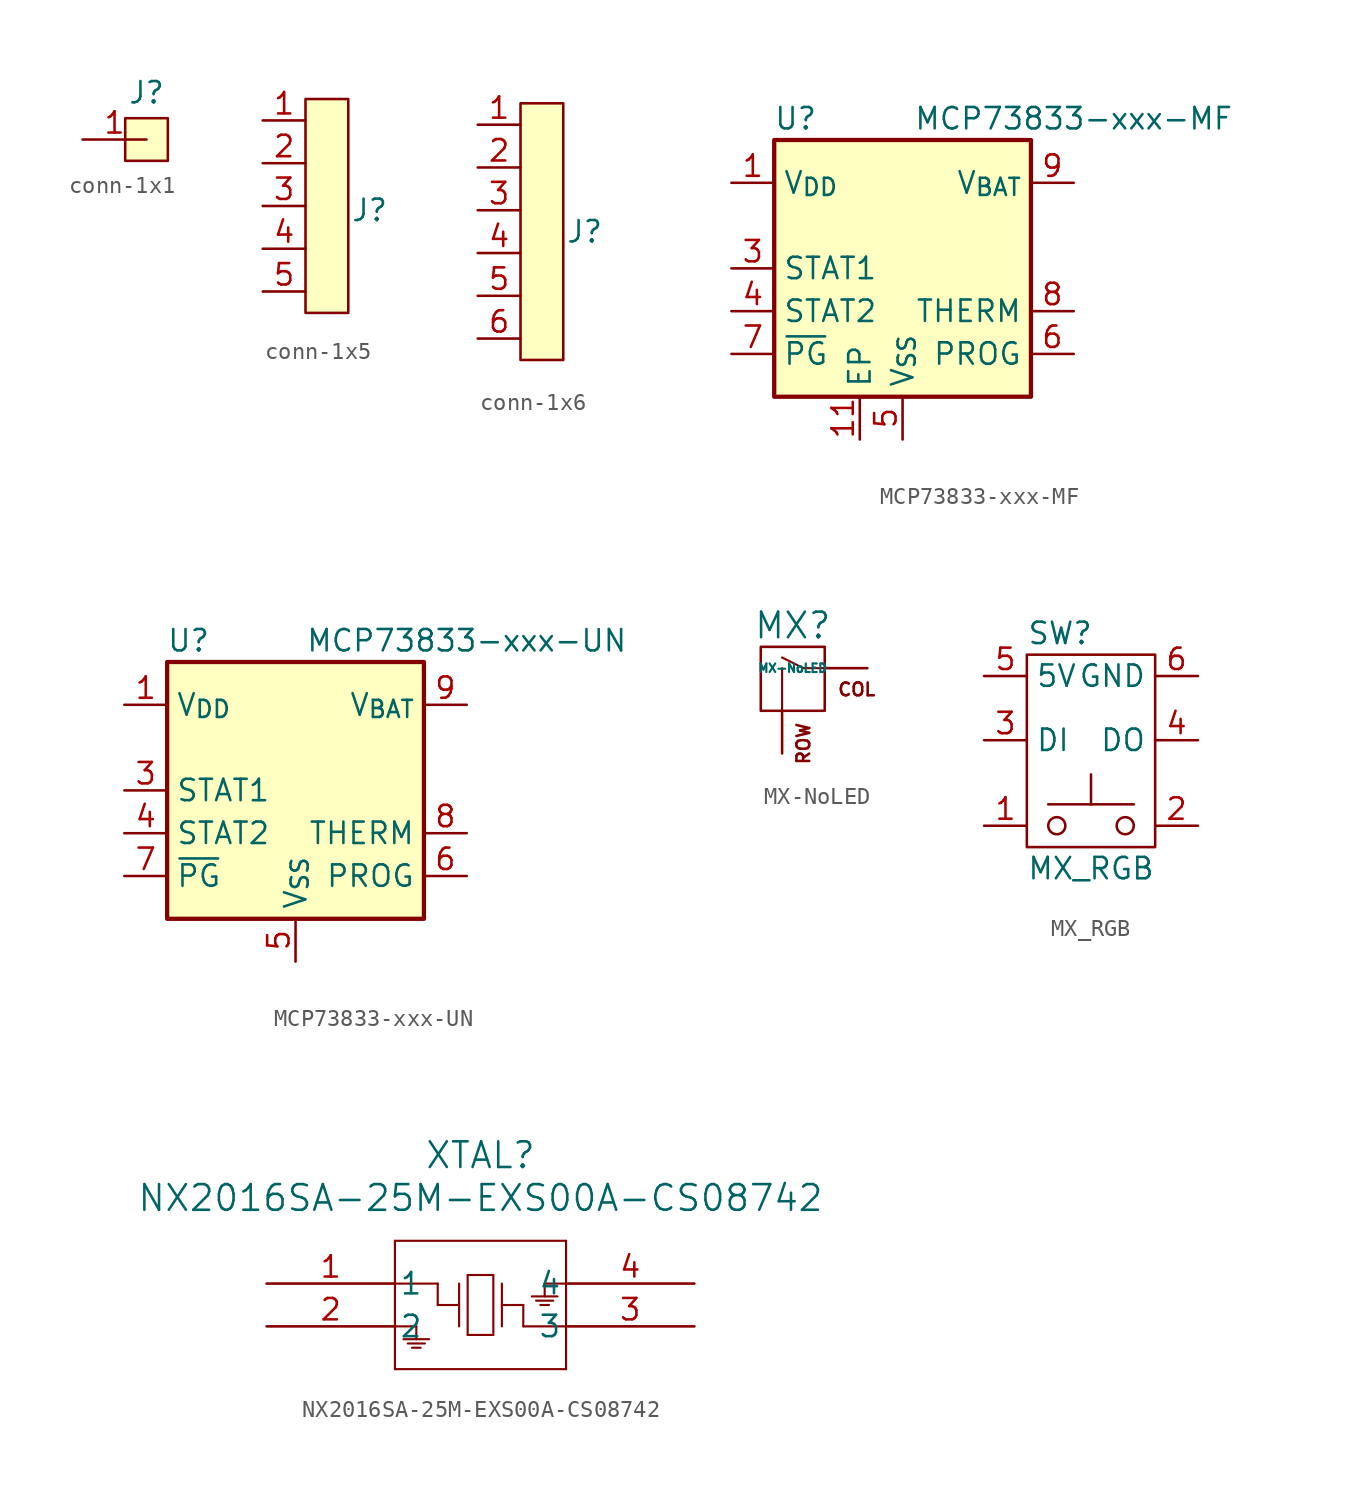
<source format=kicad_sym>
(kicad_symbol_lib
  (version 20231120)
  (generator "kicad_symbol_editor")
  (generator_version "8.0")
  (symbol "conn-1x1"
    (property "Reference" "J"
      (at 0 2.794 0)
      (effects (font (size 1.27 1.27))))
    (property "Value" ""
      (at 0 2.54 0)
      (effects (font (size 1.27 1.27))))
    (symbol "conn-1x1_1_1"
      (rectangle (start -1.27 1.27) (end 1.27 -1.27) (stroke (width 0) (type default)) (fill (type color) (color 255 255 194 1)))
      (pin passive line (at -3.81 0 0) (length 3.81) (name "" (effects (font (size 1.27 1.27)))) (number "1" (effects (font (size 1.27 1.27)))))))
  (symbol "conn-1x5"
    (property "Reference" "J"
      (at 2.54 -0.254 0)
      (effects (font (size 1.27 1.27))))
    (property "Value" ""
      (at 0 0 0)
      (effects (font (size 1.27 1.27))))
    (symbol "conn-1x5_1_1"
      (rectangle (start -1.27 6.35) (end 1.27 -6.35) (stroke (width 0) (type default)) (fill (type background)))
      (pin unspecified line (at -3.81 5.08 0) (length 2.54) (name "" (effects (font (size 1.27 1.27)))) (number "1" (effects (font (size 1.27 1.27)))))
      (pin unspecified line (at -3.81 2.54 0) (length 2.54) (name "" (effects (font (size 1.27 1.27)))) (number "2" (effects (font (size 1.27 1.27)))))
      (pin unspecified line (at -3.81 0 0) (length 2.54) (name "" (effects (font (size 1.27 1.27)))) (number "3" (effects (font (size 1.27 1.27)))))
      (pin unspecified line (at -3.81 -2.54 0) (length 2.54) (name "" (effects (font (size 1.27 1.27)))) (number "4" (effects (font (size 1.27 1.27)))))
      (pin unspecified line (at -3.81 -5.08 0) (length 2.54) (name "" (effects (font (size 1.27 1.27)))) (number "5" (effects (font (size 1.27 1.27)))))))
  (symbol "conn-1x6"
    (property "Reference" "J"
      (at 2.54 0 0)
      (effects (font (size 1.27 1.27))))
    (property "Value" ""
      (at 0 1.27 0)
      (effects (font (size 1.27 1.27))))
    (symbol "conn-1x6_1_1"
      (rectangle (start -1.27 7.62) (end 1.27 -7.62) (stroke (width 0) (type default)) (fill (type background)))
      (pin unspecified line (at -3.81 6.35 0) (length 2.54) (name "" (effects (font (size 1.27 1.27)))) (number "1" (effects (font (size 1.27 1.27)))))
      (pin unspecified line (at -3.81 3.81 0) (length 2.54) (name "" (effects (font (size 1.27 1.27)))) (number "2" (effects (font (size 1.27 1.27)))))
      (pin unspecified line (at -3.81 1.27 0) (length 2.54) (name "" (effects (font (size 1.27 1.27)))) (number "3" (effects (font (size 1.27 1.27)))))
      (pin unspecified line (at -3.81 -1.27 0) (length 2.54) (name "" (effects (font (size 1.27 1.27)))) (number "4" (effects (font (size 1.27 1.27)))))
      (pin unspecified line (at -3.81 -3.81 0) (length 2.54) (name "" (effects (font (size 1.27 1.27)))) (number "5" (effects (font (size 1.27 1.27)))))
      (pin unspecified line (at -3.81 -6.35 0) (length 2.54) (name "" (effects (font (size 1.27 1.27)))) (number "6" (effects (font (size 1.27 1.27)))))))
  (symbol "MCP73833-xxx-MF"
    (property "Reference" "U"
      (at -6.35 8.89 0)
      (effects (font (size 1.27 1.27))))
    (property "Value" "MCP73833-xxx-MF"
      (at 10.16 8.89 0)
      (effects (font (size 1.27 1.27))))
    (symbol "MCP73833-xxx-MF_1_1"
      (rectangle (start -7.62 7.62) (end 7.62 -7.62) (stroke (width 0.254) (type default)) (fill (type background)))
      (pin power_in line (at -10.16 5.08 0) (length 2.54) (name "V_{DD}" (effects (font (size 1.27 1.27)))) (number "1" (effects (font (size 1.27 1.27)))))
      (pin passive line (at 10.16 5.08 180) (length 2.54) hide (name "V_{BAT}" (effects (font (size 1.27 1.27)))) (number "10" (effects (font (size 1.27 1.27)))))
      (pin power_in line (at -2.54 -10.16 90) (length 2.54) (name "EP" (effects (font (size 1.27 1.27)))) (number "11" (effects (font (size 1.27 1.27)))))
      (pin passive line (at -10.16 5.08 0) (length 2.54) hide (name "V_{DD}" (effects (font (size 1.27 1.27)))) (number "2" (effects (font (size 1.27 1.27)))))
      (pin open_collector line (at -10.16 0 0) (length 2.54) (name "STAT1" (effects (font (size 1.27 1.27)))) (number "3" (effects (font (size 1.27 1.27)))))
      (pin open_collector line (at -10.16 -2.54 0) (length 2.54) (name "STAT2" (effects (font (size 1.27 1.27)))) (number "4" (effects (font (size 1.27 1.27)))))
      (pin power_in line (at 0 -10.16 90) (length 2.54) (name "V_{SS}" (effects (font (size 1.27 1.27)))) (number "5" (effects (font (size 1.27 1.27)))))
      (pin input line (at 10.16 -5.08 180) (length 2.54) (name "PROG" (effects (font (size 1.27 1.27)))) (number "6" (effects (font (size 1.27 1.27)))))
      (pin open_collector line (at -10.16 -5.08 0) (length 2.54) (name "~{PG}" (effects (font (size 1.27 1.27)))) (number "7" (effects (font (size 1.27 1.27)))))
      (pin passive line (at 10.16 -2.54 180) (length 2.54) (name "THERM" (effects (font (size 1.27 1.27)))) (number "8" (effects (font (size 1.27 1.27)))))
      (pin power_out line (at 10.16 5.08 180) (length 2.54) (name "V_{BAT}" (effects (font (size 1.27 1.27)))) (number "9" (effects (font (size 1.27 1.27)))))))
  (symbol "MCP73833-xxx-UN"
    (property "Reference" "U"
      (at -6.35 8.89 0)
      (effects (font (size 1.27 1.27))))
    (property "Value" "MCP73833-xxx-UN"
      (at 10.16 8.89 0)
      (effects (font (size 1.27 1.27))))
    (symbol "MCP73833-xxx-UN_1_1"
      (rectangle (start -7.62 7.62) (end 7.62 -7.62) (stroke (width 0.254) (type default)) (fill (type background)))
      (pin power_in line (at -10.16 5.08 0) (length 2.54) (name "V_{DD}" (effects (font (size 1.27 1.27)))) (number "1" (effects (font (size 1.27 1.27)))))
      (pin passive line (at 10.16 5.08 180) (length 2.54) hide (name "V_{BAT}" (effects (font (size 1.27 1.27)))) (number "10" (effects (font (size 1.27 1.27)))))
      (pin passive line (at -10.16 5.08 0) (length 2.54) hide (name "V_{DD}" (effects (font (size 1.27 1.27)))) (number "2" (effects (font (size 1.27 1.27)))))
      (pin open_collector line (at -10.16 0 0) (length 2.54) (name "STAT1" (effects (font (size 1.27 1.27)))) (number "3" (effects (font (size 1.27 1.27)))))
      (pin open_collector line (at -10.16 -2.54 0) (length 2.54) (name "STAT2" (effects (font (size 1.27 1.27)))) (number "4" (effects (font (size 1.27 1.27)))))
      (pin power_in line (at 0 -10.16 90) (length 2.54) (name "V_{SS}" (effects (font (size 1.27 1.27)))) (number "5" (effects (font (size 1.27 1.27)))))
      (pin input line (at 10.16 -5.08 180) (length 2.54) (name "PROG" (effects (font (size 1.27 1.27)))) (number "6" (effects (font (size 1.27 1.27)))))
      (pin open_collector line (at -10.16 -5.08 0) (length 2.54) (name "~{PG}" (effects (font (size 1.27 1.27)))) (number "7" (effects (font (size 1.27 1.27)))))
      (pin passive line (at 10.16 -2.54 180) (length 2.54) (name "THERM" (effects (font (size 1.27 1.27)))) (number "8" (effects (font (size 1.27 1.27)))))
      (pin power_out line (at 10.16 5.08 180) (length 2.54) (name "V_{BAT}" (effects (font (size 1.27 1.27)))) (number "9" (effects (font (size 1.27 1.27)))))))
  (symbol "MX-NoLED"
    (pin_names
      (offset 1.016))
    (property "Reference" "MX"
      (at -0.635 3.81 0)
      (effects (font (size 1.524 1.524))))
    (property "Value" "MX-NoLED"
      (at -0.635 1.27 0)
      (effects (font (size 0.508 0.508))))
    (symbol "MX-NoLED_0_0"
      (rectangle (start -2.54 2.54) (end 1.27 -1.27) (stroke (width 0) (type default)) (fill (type none)))
      (polyline (pts (xy -1.27 -1.27) (xy -1.27 1.27)) (stroke (width 0.127) (type default)) (fill (type none)))
      (polyline (pts (xy 1.27 1.27) (xy 0 1.27) (xy -1.27 1.905)) (stroke (width 0.127) (type default)) (fill (type none)))
      (text "COL" (at 3.175 0 0) (effects (font (size 0.762 0.762))))
      (text "ROW" (at 0 -1.905 900) (effects (font (size 0.762 0.762)) (justify right))))
    (symbol "MX-NoLED_1_1"
      (pin passive line (at 3.81 1.27 180) (length 2.54) (name "COL" (effects (font (size 0 0)))) (number "1" (effects (font (size 0 0)))))
      (pin passive line (at -1.27 -3.81 90) (length 2.54) (name "ROW" (effects (font (size 0 0)))) (number "2" (effects (font (size 0 0)))))))
  (symbol "MX_RGB"
    (property "Reference" "SW"
      (at -3.81 11.43 0)
      (effects (font (size 1.27 1.27)) (justify left)))
    (property "Value" "MX_RGB"
      (at 0 -2.54 0)
      (effects (font (size 1.27 1.27))))
    (symbol "MX_RGB_0_1"
      (rectangle (start -3.81 10.16) (end 3.81 -1.27) (stroke (width 0) (type default)) (fill (type none)))
      (circle (center -2.032 0) (radius 0.508) (stroke (width 0) (type default)) (fill (type none)))
      (polyline (pts (xy -2.54 1.27) (xy 2.54 1.27)) (stroke (width 0) (type default)) (fill (type none)))
      (polyline (pts (xy 0 1.27) (xy 0 3.048)) (stroke (width 0) (type default)) (fill (type none)))
      (circle (center 2.032 0) (radius 0.508) (stroke (width 0) (type default)) (fill (type none)))
      (pin passive line (at -6.35 0 0) (length 2.54) (name "~" (effects (font (size 1.27 1.27)))) (number "1" (effects (font (size 1.27 1.27)))))
      (pin passive line (at 6.35 0 180) (length 2.54) (name "~" (effects (font (size 1.27 1.27)))) (number "2" (effects (font (size 1.27 1.27)))))
      (pin power_in line (at -6.35 8.89 0) (length 2.54) (name "5V" (effects (font (size 1.27 1.27)))) (number "5" (effects (font (size 1.27 1.27)))))
      (pin power_in line (at 6.35 8.89 180) (length 2.54) (name "GND" (effects (font (size 1.27 1.27)))) (number "6" (effects (font (size 1.27 1.27))))))
    (symbol "MX_RGB_1_1"
      (pin input line (at -6.35 5.08 0) (length 2.54) (name "DI" (effects (font (size 1.27 1.27)))) (number "3" (effects (font (size 1.27 1.27)))))
      (pin output line (at 6.35 5.08 180) (length 2.54) (name "DO" (effects (font (size 1.27 1.27)))) (number "4" (effects (font (size 1.27 1.27)))))))
  (symbol "NX2016SA-25M-EXS00A-CS08742"
    (pin_names
      (offset 0.254))
    (property "Reference" "XTAL"
      (at 12.7 7.62 0)
      (effects (font (size 1.524 1.524))))
    (property "Value" "NX2016SA-25M-EXS00A-CS08742"
      (at 12.7 5.08 0)
      (effects (font (size 1.524 1.524))))
    (property "ki_locked" ""
      (at 0 0 0)
      (effects (font (size 1.27 1.27))))
    (symbol "NX2016SA-25M-EXS00A-CS08742_0_1"
      (polyline (pts (xy 7.62 -5.08) (xy 17.78 -5.08)) (stroke (width 0.127) (type default)) (fill (type none)))
      (polyline (pts (xy 7.62 -2.54) (xy 8.89 -2.54)) (stroke (width 0.127) (type default)) (fill (type none)))
      (polyline (pts (xy 7.62 2.54) (xy 7.62 -5.08)) (stroke (width 0.127) (type default)) (fill (type none)))
      (polyline (pts (xy 8.128 -3.302) (xy 9.652 -3.302)) (stroke (width 0.127) (type default)) (fill (type none)))
      (polyline (pts (xy 8.382 -3.556) (xy 9.398 -3.556)) (stroke (width 0.127) (type default)) (fill (type none)))
      (polyline (pts (xy 8.636 -3.81) (xy 9.144 -3.81)) (stroke (width 0.127) (type default)) (fill (type none)))
      (polyline (pts (xy 8.89 -2.54) (xy 8.89 -3.302)) (stroke (width 0.127) (type default)) (fill (type none)))
      (polyline (pts (xy 10.16 -1.27) (xy 10.16 0)) (stroke (width 0.127) (type default)) (fill (type none)))
      (polyline (pts (xy 10.16 0) (xy 7.62 0)) (stroke (width 0.127) (type default)) (fill (type none)))
      (polyline (pts (xy 11.43 -1.27) (xy 10.16 -1.27)) (stroke (width 0.127) (type default)) (fill (type none)))
      (polyline (pts (xy 11.43 0) (xy 11.43 -2.54)) (stroke (width 0.127) (type default)) (fill (type none)))
      (polyline (pts (xy 11.938 -3.048) (xy 13.462 -3.048)) (stroke (width 0.127) (type default)) (fill (type none)))
      (polyline (pts (xy 11.938 0.508) (xy 11.938 -3.048)) (stroke (width 0.127) (type default)) (fill (type none)))
      (polyline (pts (xy 13.462 -3.048) (xy 13.462 0.508)) (stroke (width 0.127) (type default)) (fill (type none)))
      (polyline (pts (xy 13.462 0.508) (xy 11.938 0.508)) (stroke (width 0.127) (type default)) (fill (type none)))
      (polyline (pts (xy 13.97 -1.27) (xy 15.24 -1.27)) (stroke (width 0.127) (type default)) (fill (type none)))
      (polyline (pts (xy 13.97 0) (xy 13.97 -2.54)) (stroke (width 0.127) (type default)) (fill (type none)))
      (polyline (pts (xy 15.24 -2.54) (xy 17.78 -2.54)) (stroke (width 0.127) (type default)) (fill (type none)))
      (polyline (pts (xy 15.24 -1.27) (xy 15.24 -2.54)) (stroke (width 0.127) (type default)) (fill (type none)))
      (polyline (pts (xy 16.51 0) (xy 16.51 -0.762)) (stroke (width 0.127) (type default)) (fill (type none)))
      (polyline (pts (xy 16.764 -1.27) (xy 16.256 -1.27)) (stroke (width 0.127) (type default)) (fill (type none)))
      (polyline (pts (xy 17.018 -1.016) (xy 16.002 -1.016)) (stroke (width 0.127) (type default)) (fill (type none)))
      (polyline (pts (xy 17.272 -0.762) (xy 15.748 -0.762)) (stroke (width 0.127) (type default)) (fill (type none)))
      (polyline (pts (xy 17.78 -5.08) (xy 17.78 2.54)) (stroke (width 0.127) (type default)) (fill (type none)))
      (polyline (pts (xy 17.78 0) (xy 16.51 0)) (stroke (width 0.127) (type default)) (fill (type none)))
      (polyline (pts (xy 17.78 2.54) (xy 7.62 2.54)) (stroke (width 0.127) (type default)) (fill (type none)))
      (pin unspecified line (at 0 0 0) (length 7.62) (name "1" (effects (font (size 1.27 1.27)))) (number "1" (effects (font (size 1.27 1.27)))))
      (pin unspecified line (at 0 -2.54 0) (length 7.62) (name "2" (effects (font (size 1.27 1.27)))) (number "2" (effects (font (size 1.27 1.27)))))
      (pin unspecified line (at 25.4 -2.54 180) (length 7.62) (name "3" (effects (font (size 1.27 1.27)))) (number "3" (effects (font (size 1.27 1.27)))))
      (pin unspecified line (at 25.4 0 180) (length 7.62) (name "4" (effects (font (size 1.27 1.27)))) (number "4" (effects (font (size 1.27 1.27))))))))
</source>
